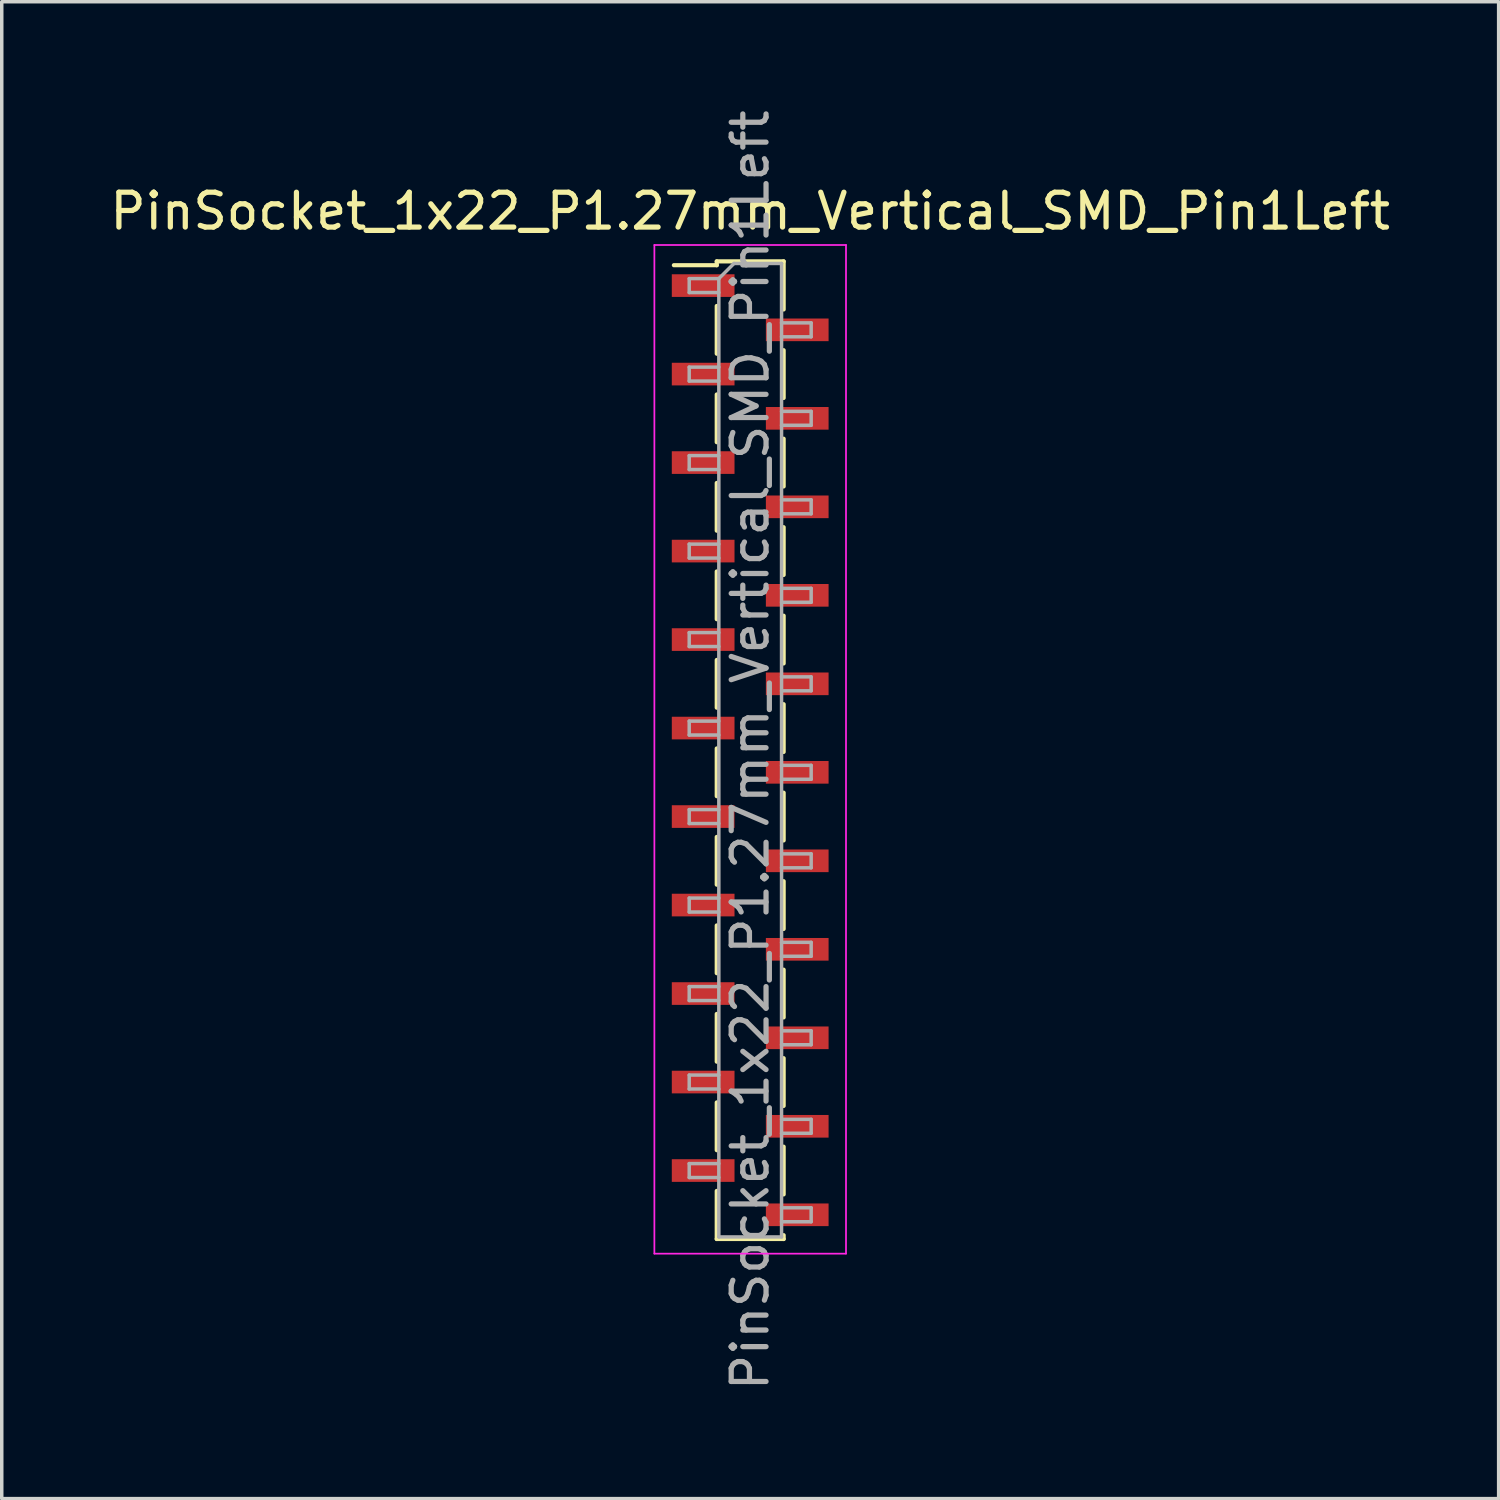
<source format=kicad_pcb>
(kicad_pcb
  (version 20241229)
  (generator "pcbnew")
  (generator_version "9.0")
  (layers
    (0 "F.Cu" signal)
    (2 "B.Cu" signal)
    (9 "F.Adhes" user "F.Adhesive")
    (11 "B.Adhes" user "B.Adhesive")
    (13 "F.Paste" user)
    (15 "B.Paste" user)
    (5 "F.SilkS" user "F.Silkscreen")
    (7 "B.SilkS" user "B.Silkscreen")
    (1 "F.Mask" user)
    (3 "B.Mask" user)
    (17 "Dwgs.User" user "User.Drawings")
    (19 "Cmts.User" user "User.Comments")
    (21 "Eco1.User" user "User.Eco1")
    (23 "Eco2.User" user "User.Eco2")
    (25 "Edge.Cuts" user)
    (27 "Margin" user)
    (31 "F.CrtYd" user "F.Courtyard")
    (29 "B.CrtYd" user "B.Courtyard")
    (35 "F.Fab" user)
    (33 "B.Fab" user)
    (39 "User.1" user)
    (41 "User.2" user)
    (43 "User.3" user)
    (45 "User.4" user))
  (footprint "PinSocket_1x22_P1.27mm_Vertical_SMD_Pin1Left"
    (layer "F.Cu")
    (at 18.482 18.482)
    (property "Reference" "PinSocket_1x22_P1.27mm_Vertical_SMD_Pin1Left" (at 0 -15.47 0) (layer "F.SilkS") (effects (font (size 1 1) (thickness 0.15))))
    (attr smd)
    (fp_line (start -2.19 -13.92) (end -0.96 -13.92) (stroke (width 0.12) (type solid)) (layer "F.SilkS"))
    (fp_line (start -0.96 -14.03) (end -0.96 -13.92) (stroke (width 0.12) (type solid)) (layer "F.SilkS"))
    (fp_line (start -0.96 -14.03) (end 0.96 -14.03) (stroke (width 0.12) (type solid)) (layer "F.SilkS"))
    (fp_line (start -0.96 -12.75) (end -0.96 -11.38) (stroke (width 0.12) (type solid)) (layer "F.SilkS"))
    (fp_line (start -0.96 -10.21) (end -0.96 -8.84) (stroke (width 0.12) (type solid)) (layer "F.SilkS"))
    (fp_line (start -0.96 -7.67) (end -0.96 -6.3) (stroke (width 0.12) (type solid)) (layer "F.SilkS"))
    (fp_line (start -0.96 -5.13) (end -0.96 -3.76) (stroke (width 0.12) (type solid)) (layer "F.SilkS"))
    (fp_line (start -0.96 -2.59) (end -0.96 -1.22) (stroke (width 0.12) (type solid)) (layer "F.SilkS"))
    (fp_line (start -0.96 -0.05) (end -0.96 1.32) (stroke (width 0.12) (type solid)) (layer "F.SilkS"))
    (fp_line (start -0.96 2.49) (end -0.96 3.86) (stroke (width 0.12) (type solid)) (layer "F.SilkS"))
    (fp_line (start -0.96 5.03) (end -0.96 6.4) (stroke (width 0.12) (type solid)) (layer "F.SilkS"))
    (fp_line (start -0.96 7.57) (end -0.96 8.94) (stroke (width 0.12) (type solid)) (layer "F.SilkS"))
    (fp_line (start -0.96 10.11) (end -0.96 11.48) (stroke (width 0.12) (type solid)) (layer "F.SilkS"))
    (fp_line (start -0.96 12.65) (end -0.96 14.03) (stroke (width 0.12) (type solid)) (layer "F.SilkS"))
    (fp_line (start -0.96 14.03) (end 0.96 14.03) (stroke (width 0.12) (type solid)) (layer "F.SilkS"))
    (fp_line (start 0.96 -14.03) (end 0.96 -12.65) (stroke (width 0.12) (type solid)) (layer "F.SilkS"))
    (fp_line (start 0.96 -11.48) (end 0.96 -10.11) (stroke (width 0.12) (type solid)) (layer "F.SilkS"))
    (fp_line (start 0.96 -8.94) (end 0.96 -7.57) (stroke (width 0.12) (type solid)) (layer "F.SilkS"))
    (fp_line (start 0.96 -6.4) (end 0.96 -5.03) (stroke (width 0.12) (type solid)) (layer "F.SilkS"))
    (fp_line (start 0.96 -3.86) (end 0.96 -2.49) (stroke (width 0.12) (type solid)) (layer "F.SilkS"))
    (fp_line (start 0.96 -1.32) (end 0.96 0.05) (stroke (width 0.12) (type solid)) (layer "F.SilkS"))
    (fp_line (start 0.96 1.22) (end 0.96 2.59) (stroke (width 0.12) (type solid)) (layer "F.SilkS"))
    (fp_line (start 0.96 3.76) (end 0.96 5.13) (stroke (width 0.12) (type solid)) (layer "F.SilkS"))
    (fp_line (start 0.96 6.3) (end 0.96 7.67) (stroke (width 0.12) (type solid)) (layer "F.SilkS"))
    (fp_line (start 0.96 8.84) (end 0.96 10.21) (stroke (width 0.12) (type solid)) (layer "F.SilkS"))
    (fp_line (start 0.96 11.38) (end 0.96 12.75) (stroke (width 0.12) (type solid)) (layer "F.SilkS"))
    (fp_line (start 0.96 13.92) (end 0.96 14.03) (stroke (width 0.12) (type solid)) (layer "F.SilkS"))
    (fp_line (start -2.75 -14.5) (end 2.75 -14.5) (stroke (width 0.05) (type solid)) (layer "F.CrtYd"))
    (fp_line (start -2.75 14.45) (end -2.75 -14.5) (stroke (width 0.05) (type solid)) (layer "F.CrtYd"))
    (fp_line (start 2.75 -14.5) (end 2.75 14.45) (stroke (width 0.05) (type solid)) (layer "F.CrtYd"))
    (fp_line (start 2.75 14.45) (end -2.75 14.45) (stroke (width 0.05) (type solid)) (layer "F.CrtYd"))
    (fp_line (start -1.75 -13.535) (end -0.9 -13.535) (stroke (width 0.1) (type solid)) (layer "F.Fab"))
    (fp_line (start -1.75 -13.135) (end -1.75 -13.535) (stroke (width 0.1) (type solid)) (layer "F.Fab"))
    (fp_line (start -1.75 -10.995) (end -0.9 -10.995) (stroke (width 0.1) (type solid)) (layer "F.Fab"))
    (fp_line (start -1.75 -10.595) (end -1.75 -10.995) (stroke (width 0.1) (type solid)) (layer "F.Fab"))
    (fp_line (start -1.75 -8.455) (end -0.9 -8.455) (stroke (width 0.1) (type solid)) (layer "F.Fab"))
    (fp_line (start -1.75 -8.055) (end -1.75 -8.455) (stroke (width 0.1) (type solid)) (layer "F.Fab"))
    (fp_line (start -1.75 -5.915) (end -0.9 -5.915) (stroke (width 0.1) (type solid)) (layer "F.Fab"))
    (fp_line (start -1.75 -5.515) (end -1.75 -5.915) (stroke (width 0.1) (type solid)) (layer "F.Fab"))
    (fp_line (start -1.75 -3.375) (end -0.9 -3.375) (stroke (width 0.1) (type solid)) (layer "F.Fab"))
    (fp_line (start -1.75 -2.975) (end -1.75 -3.375) (stroke (width 0.1) (type solid)) (layer "F.Fab"))
    (fp_line (start -1.75 -0.835) (end -0.9 -0.835) (stroke (width 0.1) (type solid)) (layer "F.Fab"))
    (fp_line (start -1.75 -0.435) (end -1.75 -0.835) (stroke (width 0.1) (type solid)) (layer "F.Fab"))
    (fp_line (start -1.75 1.705) (end -0.9 1.705) (stroke (width 0.1) (type solid)) (layer "F.Fab"))
    (fp_line (start -1.75 2.105) (end -1.75 1.705) (stroke (width 0.1) (type solid)) (layer "F.Fab"))
    (fp_line (start -1.75 4.245) (end -0.9 4.245) (stroke (width 0.1) (type solid)) (layer "F.Fab"))
    (fp_line (start -1.75 4.645) (end -1.75 4.245) (stroke (width 0.1) (type solid)) (layer "F.Fab"))
    (fp_line (start -1.75 6.785) (end -0.9 6.785) (stroke (width 0.1) (type solid)) (layer "F.Fab"))
    (fp_line (start -1.75 7.185) (end -1.75 6.785) (stroke (width 0.1) (type solid)) (layer "F.Fab"))
    (fp_line (start -1.75 9.325) (end -0.9 9.325) (stroke (width 0.1) (type solid)) (layer "F.Fab"))
    (fp_line (start -1.75 9.725) (end -1.75 9.325) (stroke (width 0.1) (type solid)) (layer "F.Fab"))
    (fp_line (start -1.75 11.865) (end -0.9 11.865) (stroke (width 0.1) (type solid)) (layer "F.Fab"))
    (fp_line (start -1.75 12.265) (end -1.75 11.865) (stroke (width 0.1) (type solid)) (layer "F.Fab"))
    (fp_line (start -0.9 -13.535) (end -0.465 -13.97) (stroke (width 0.1) (type solid)) (layer "F.Fab"))
    (fp_line (start -0.9 -13.135) (end -1.75 -13.135) (stroke (width 0.1) (type solid)) (layer "F.Fab"))
    (fp_line (start -0.9 -10.595) (end -1.75 -10.595) (stroke (width 0.1) (type solid)) (layer "F.Fab"))
    (fp_line (start -0.9 -8.055) (end -1.75 -8.055) (stroke (width 0.1) (type solid)) (layer "F.Fab"))
    (fp_line (start -0.9 -5.515) (end -1.75 -5.515) (stroke (width 0.1) (type solid)) (layer "F.Fab"))
    (fp_line (start -0.9 -2.975) (end -1.75 -2.975) (stroke (width 0.1) (type solid)) (layer "F.Fab"))
    (fp_line (start -0.9 -0.435) (end -1.75 -0.435) (stroke (width 0.1) (type solid)) (layer "F.Fab"))
    (fp_line (start -0.9 2.105) (end -1.75 2.105) (stroke (width 0.1) (type solid)) (layer "F.Fab"))
    (fp_line (start -0.9 4.645) (end -1.75 4.645) (stroke (width 0.1) (type solid)) (layer "F.Fab"))
    (fp_line (start -0.9 7.185) (end -1.75 7.185) (stroke (width 0.1) (type solid)) (layer "F.Fab"))
    (fp_line (start -0.9 9.725) (end -1.75 9.725) (stroke (width 0.1) (type solid)) (layer "F.Fab"))
    (fp_line (start -0.9 12.265) (end -1.75 12.265) (stroke (width 0.1) (type solid)) (layer "F.Fab"))
    (fp_line (start -0.9 13.97) (end -0.9 -13.535) (stroke (width 0.1) (type solid)) (layer "F.Fab"))
    (fp_line (start -0.465 -13.97) (end 0.9 -13.97) (stroke (width 0.1) (type solid)) (layer "F.Fab"))
    (fp_line (start 0.9 -13.97) (end 0.9 13.97) (stroke (width 0.1) (type solid)) (layer "F.Fab"))
    (fp_line (start 0.9 -12.265) (end 1.75 -12.265) (stroke (width 0.1) (type solid)) (layer "F.Fab"))
    (fp_line (start 0.9 -9.725) (end 1.75 -9.725) (stroke (width 0.1) (type solid)) (layer "F.Fab"))
    (fp_line (start 0.9 -7.185) (end 1.75 -7.185) (stroke (width 0.1) (type solid)) (layer "F.Fab"))
    (fp_line (start 0.9 -4.645) (end 1.75 -4.645) (stroke (width 0.1) (type solid)) (layer "F.Fab"))
    (fp_line (start 0.9 -2.105) (end 1.75 -2.105) (stroke (width 0.1) (type solid)) (layer "F.Fab"))
    (fp_line (start 0.9 0.435) (end 1.75 0.435) (stroke (width 0.1) (type solid)) (layer "F.Fab"))
    (fp_line (start 0.9 2.975) (end 1.75 2.975) (stroke (width 0.1) (type solid)) (layer "F.Fab"))
    (fp_line (start 0.9 5.515) (end 1.75 5.515) (stroke (width 0.1) (type solid)) (layer "F.Fab"))
    (fp_line (start 0.9 8.055) (end 1.75 8.055) (stroke (width 0.1) (type solid)) (layer "F.Fab"))
    (fp_line (start 0.9 10.595) (end 1.75 10.595) (stroke (width 0.1) (type solid)) (layer "F.Fab"))
    (fp_line (start 0.9 13.135) (end 1.75 13.135) (stroke (width 0.1) (type solid)) (layer "F.Fab"))
    (fp_line (start 0.9 13.97) (end -0.9 13.97) (stroke (width 0.1) (type solid)) (layer "F.Fab"))
    (fp_line (start 1.75 -12.265) (end 1.75 -11.865) (stroke (width 0.1) (type solid)) (layer "F.Fab"))
    (fp_line (start 1.75 -11.865) (end 0.9 -11.865) (stroke (width 0.1) (type solid)) (layer "F.Fab"))
    (fp_line (start 1.75 -9.725) (end 1.75 -9.325) (stroke (width 0.1) (type solid)) (layer "F.Fab"))
    (fp_line (start 1.75 -9.325) (end 0.9 -9.325) (stroke (width 0.1) (type solid)) (layer "F.Fab"))
    (fp_line (start 1.75 -7.185) (end 1.75 -6.785) (stroke (width 0.1) (type solid)) (layer "F.Fab"))
    (fp_line (start 1.75 -6.785) (end 0.9 -6.785) (stroke (width 0.1) (type solid)) (layer "F.Fab"))
    (fp_line (start 1.75 -4.645) (end 1.75 -4.245) (stroke (width 0.1) (type solid)) (layer "F.Fab"))
    (fp_line (start 1.75 -4.245) (end 0.9 -4.245) (stroke (width 0.1) (type solid)) (layer "F.Fab"))
    (fp_line (start 1.75 -2.105) (end 1.75 -1.705) (stroke (width 0.1) (type solid)) (layer "F.Fab"))
    (fp_line (start 1.75 -1.705) (end 0.9 -1.705) (stroke (width 0.1) (type solid)) (layer "F.Fab"))
    (fp_line (start 1.75 0.435) (end 1.75 0.835) (stroke (width 0.1) (type solid)) (layer "F.Fab"))
    (fp_line (start 1.75 0.835) (end 0.9 0.835) (stroke (width 0.1) (type solid)) (layer "F.Fab"))
    (fp_line (start 1.75 2.975) (end 1.75 3.375) (stroke (width 0.1) (type solid)) (layer "F.Fab"))
    (fp_line (start 1.75 3.375) (end 0.9 3.375) (stroke (width 0.1) (type solid)) (layer "F.Fab"))
    (fp_line (start 1.75 5.515) (end 1.75 5.915) (stroke (width 0.1) (type solid)) (layer "F.Fab"))
    (fp_line (start 1.75 5.915) (end 0.9 5.915) (stroke (width 0.1) (type solid)) (layer "F.Fab"))
    (fp_line (start 1.75 8.055) (end 1.75 8.455) (stroke (width 0.1) (type solid)) (layer "F.Fab"))
    (fp_line (start 1.75 8.455) (end 0.9 8.455) (stroke (width 0.1) (type solid)) (layer "F.Fab"))
    (fp_line (start 1.75 10.595) (end 1.75 10.995) (stroke (width 0.1) (type solid)) (layer "F.Fab"))
    (fp_line (start 1.75 10.995) (end 0.9 10.995) (stroke (width 0.1) (type solid)) (layer "F.Fab"))
    (fp_line (start 1.75 13.135) (end 1.75 13.535) (stroke (width 0.1) (type solid)) (layer "F.Fab"))
    (fp_line (start 1.75 13.535) (end 0.9 13.535) (stroke (width 0.1) (type solid)) (layer "F.Fab"))
    (fp_text user "${REFERENCE}" (at 0 0 90) (layer "F.Fab") (effects (font (size 1 1) (thickness 0.15))))
    (pad "1" smd rect (at -1.35 -13.335) (size 1.8 0.65) (layers "F.Cu" "F.Mask" "F.Paste"))
    (pad "2" smd rect (at 1.35 -12.065) (size 1.8 0.65) (layers "F.Cu" "F.Mask" "F.Paste"))
    (pad "3" smd rect (at -1.35 -10.795) (size 1.8 0.65) (layers "F.Cu" "F.Mask" "F.Paste"))
    (pad "4" smd rect (at 1.35 -9.525) (size 1.8 0.65) (layers "F.Cu" "F.Mask" "F.Paste"))
    (pad "5" smd rect (at -1.35 -8.255) (size 1.8 0.65) (layers "F.Cu" "F.Mask" "F.Paste"))
    (pad "6" smd rect (at 1.35 -6.985) (size 1.8 0.65) (layers "F.Cu" "F.Mask" "F.Paste"))
    (pad "7" smd rect (at -1.35 -5.715) (size 1.8 0.65) (layers "F.Cu" "F.Mask" "F.Paste"))
    (pad "8" smd rect (at 1.35 -4.445) (size 1.8 0.65) (layers "F.Cu" "F.Mask" "F.Paste"))
    (pad "9" smd rect (at -1.35 -3.175) (size 1.8 0.65) (layers "F.Cu" "F.Mask" "F.Paste"))
    (pad "10" smd rect (at 1.35 -1.905) (size 1.8 0.65) (layers "F.Cu" "F.Mask" "F.Paste"))
    (pad "11" smd rect (at -1.35 -0.635) (size 1.8 0.65) (layers "F.Cu" "F.Mask" "F.Paste"))
    (pad "12" smd rect (at 1.35 0.635) (size 1.8 0.65) (layers "F.Cu" "F.Mask" "F.Paste"))
    (pad "13" smd rect (at -1.35 1.905) (size 1.8 0.65) (layers "F.Cu" "F.Mask" "F.Paste"))
    (pad "14" smd rect (at 1.35 3.175) (size 1.8 0.65) (layers "F.Cu" "F.Mask" "F.Paste"))
    (pad "15" smd rect (at -1.35 4.445) (size 1.8 0.65) (layers "F.Cu" "F.Mask" "F.Paste"))
    (pad "16" smd rect (at 1.35 5.715) (size 1.8 0.65) (layers "F.Cu" "F.Mask" "F.Paste"))
    (pad "17" smd rect (at -1.35 6.985) (size 1.8 0.65) (layers "F.Cu" "F.Mask" "F.Paste"))
    (pad "18" smd rect (at 1.35 8.255) (size 1.8 0.65) (layers "F.Cu" "F.Mask" "F.Paste"))
    (pad "19" smd rect (at -1.35 9.525) (size 1.8 0.65) (layers "F.Cu" "F.Mask" "F.Paste"))
    (pad "20" smd rect (at 1.35 10.795) (size 1.8 0.65) (layers "F.Cu" "F.Mask" "F.Paste"))
    (pad "21" smd rect (at -1.35 12.065) (size 1.8 0.65) (layers "F.Cu" "F.Mask" "F.Paste"))
    (pad "22" smd rect (at 1.35 13.335) (size 1.8 0.65) (layers "F.Cu" "F.Mask" "F.Paste")))
  (gr_rect
    (start -3 -3)
    (end 39.964 39.964)
    (stroke (width 0.1) (type default))
    (fill no)
    (layer "Edge.Cuts")))
</source>
